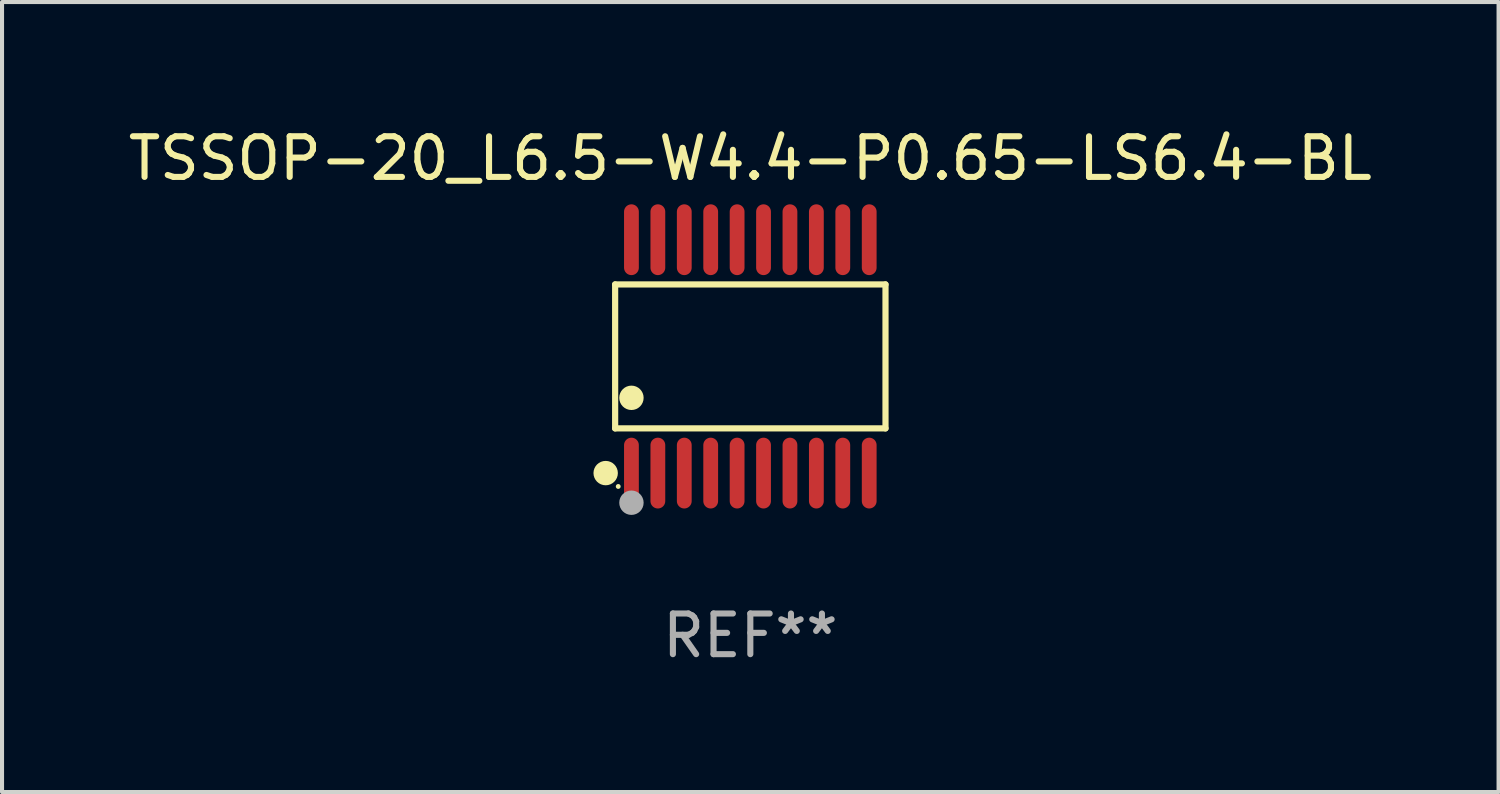
<source format=kicad_pcb>
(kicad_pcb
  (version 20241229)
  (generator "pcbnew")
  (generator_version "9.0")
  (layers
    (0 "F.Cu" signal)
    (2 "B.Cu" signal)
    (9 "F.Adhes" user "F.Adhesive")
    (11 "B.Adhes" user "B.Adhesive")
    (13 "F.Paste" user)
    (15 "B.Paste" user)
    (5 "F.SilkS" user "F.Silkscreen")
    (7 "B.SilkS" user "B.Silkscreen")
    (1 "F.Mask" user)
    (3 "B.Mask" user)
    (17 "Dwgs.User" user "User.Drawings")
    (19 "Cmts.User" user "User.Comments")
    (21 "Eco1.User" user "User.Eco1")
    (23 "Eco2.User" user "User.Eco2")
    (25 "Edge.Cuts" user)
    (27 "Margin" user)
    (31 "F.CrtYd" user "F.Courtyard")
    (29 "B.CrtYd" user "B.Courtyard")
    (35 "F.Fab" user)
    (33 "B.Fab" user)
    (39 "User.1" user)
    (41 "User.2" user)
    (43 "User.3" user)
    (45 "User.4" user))
  (footprint "TSSOP-20_L6.5-W4.4-P0.65-LS6.4-BL"
    (layer "F.Cu")
    (at 15.411 5.719)
    (property "Reference" "TSSOP-20_L6.5-W4.4-P0.65-LS6.4-BL" (at 0 -4.871 0) (layer "F.SilkS") (effects (font (size 1 1) (thickness 0.15))))
    (attr smd)
    (fp_line (start -3.326 -1.771) (end 3.326 -1.771) (stroke (width 0.152) (type solid)) (layer "F.SilkS"))
    (fp_line (start -3.326 1.771) (end -3.326 -1.771) (stroke (width 0.152) (type solid)) (layer "F.SilkS"))
    (fp_line (start 3.326 -1.771) (end 3.326 1.771) (stroke (width 0.152) (type solid)) (layer "F.SilkS"))
    (fp_line (start 3.326 1.771) (end -3.326 1.771) (stroke (width 0.152) (type solid)) (layer "F.SilkS"))
    (fp_circle (center -3.559 2.871) (end -3.409 2.871) (stroke (width 0.3) (type solid)) (fill no) (layer "F.SilkS"))
    (fp_circle (center -3.25 3.2) (end -3.22 3.2) (stroke (width 0.06) (type solid)) (fill no) (layer "F.SilkS"))
    (fp_circle (center -2.925 1.019) (end -2.775 1.019) (stroke (width 0.3) (type solid)) (fill no) (layer "F.SilkS"))
    (fp_circle (center -2.925 3.6) (end -2.775 3.6) (stroke (width 0.3) (type solid)) (fill no) (layer "F.Fab"))
    (fp_text user "REF**" (at 0 6.871 0) (layer "F.Fab") (effects (font (size 1 1) (thickness 0.15))))
    (pad "1" smd oval (at -2.925 2.871) (size 0.364 1.742) (layers "F.Cu" "F.Mask" "F.Paste"))
    (pad "2" smd oval (at -2.275 2.871) (size 0.364 1.742) (layers "F.Cu" "F.Mask" "F.Paste"))
    (pad "3" smd oval (at -1.625 2.871) (size 0.364 1.742) (layers "F.Cu" "F.Mask" "F.Paste"))
    (pad "4" smd oval (at -0.975 2.871) (size 0.364 1.742) (layers "F.Cu" "F.Mask" "F.Paste"))
    (pad "5" smd oval (at -0.325 2.871) (size 0.364 1.742) (layers "F.Cu" "F.Mask" "F.Paste"))
    (pad "6" smd oval (at 0.325 2.871) (size 0.364 1.742) (layers "F.Cu" "F.Mask" "F.Paste"))
    (pad "7" smd oval (at 0.975 2.871) (size 0.364 1.742) (layers "F.Cu" "F.Mask" "F.Paste"))
    (pad "8" smd oval (at 1.625 2.871) (size 0.364 1.742) (layers "F.Cu" "F.Mask" "F.Paste"))
    (pad "9" smd oval (at 2.275 2.871) (size 0.364 1.742) (layers "F.Cu" "F.Mask" "F.Paste"))
    (pad "10" smd oval (at 2.925 2.871) (size 0.364 1.742) (layers "F.Cu" "F.Mask" "F.Paste"))
    (pad "11" smd oval (at 2.925 -2.871) (size 0.364 1.742) (layers "F.Cu" "F.Mask" "F.Paste"))
    (pad "12" smd oval (at 2.275 -2.871) (size 0.364 1.742) (layers "F.Cu" "F.Mask" "F.Paste"))
    (pad "13" smd oval (at 1.625 -2.871) (size 0.364 1.742) (layers "F.Cu" "F.Mask" "F.Paste"))
    (pad "14" smd oval (at 0.975 -2.871) (size 0.364 1.742) (layers "F.Cu" "F.Mask" "F.Paste"))
    (pad "15" smd oval (at 0.325 -2.871) (size 0.364 1.742) (layers "F.Cu" "F.Mask" "F.Paste"))
    (pad "16" smd oval (at -0.325 -2.871) (size 0.364 1.742) (layers "F.Cu" "F.Mask" "F.Paste"))
    (pad "17" smd oval (at -0.975 -2.871) (size 0.364 1.742) (layers "F.Cu" "F.Mask" "F.Paste"))
    (pad "18" smd oval (at -1.625 -2.871) (size 0.364 1.742) (layers "F.Cu" "F.Mask" "F.Paste"))
    (pad "19" smd oval (at -2.275 -2.871) (size 0.364 1.742) (layers "F.Cu" "F.Mask" "F.Paste"))
    (pad "20" smd oval (at -2.925 -2.871) (size 0.364 1.742) (layers "F.Cu" "F.Mask" "F.Paste")))
  (gr_rect
    (start -3 -3)
    (end 33.821 16.438)
    (stroke (width 0.1) (type default))
    (fill no)
    (layer "Edge.Cuts")))
</source>
